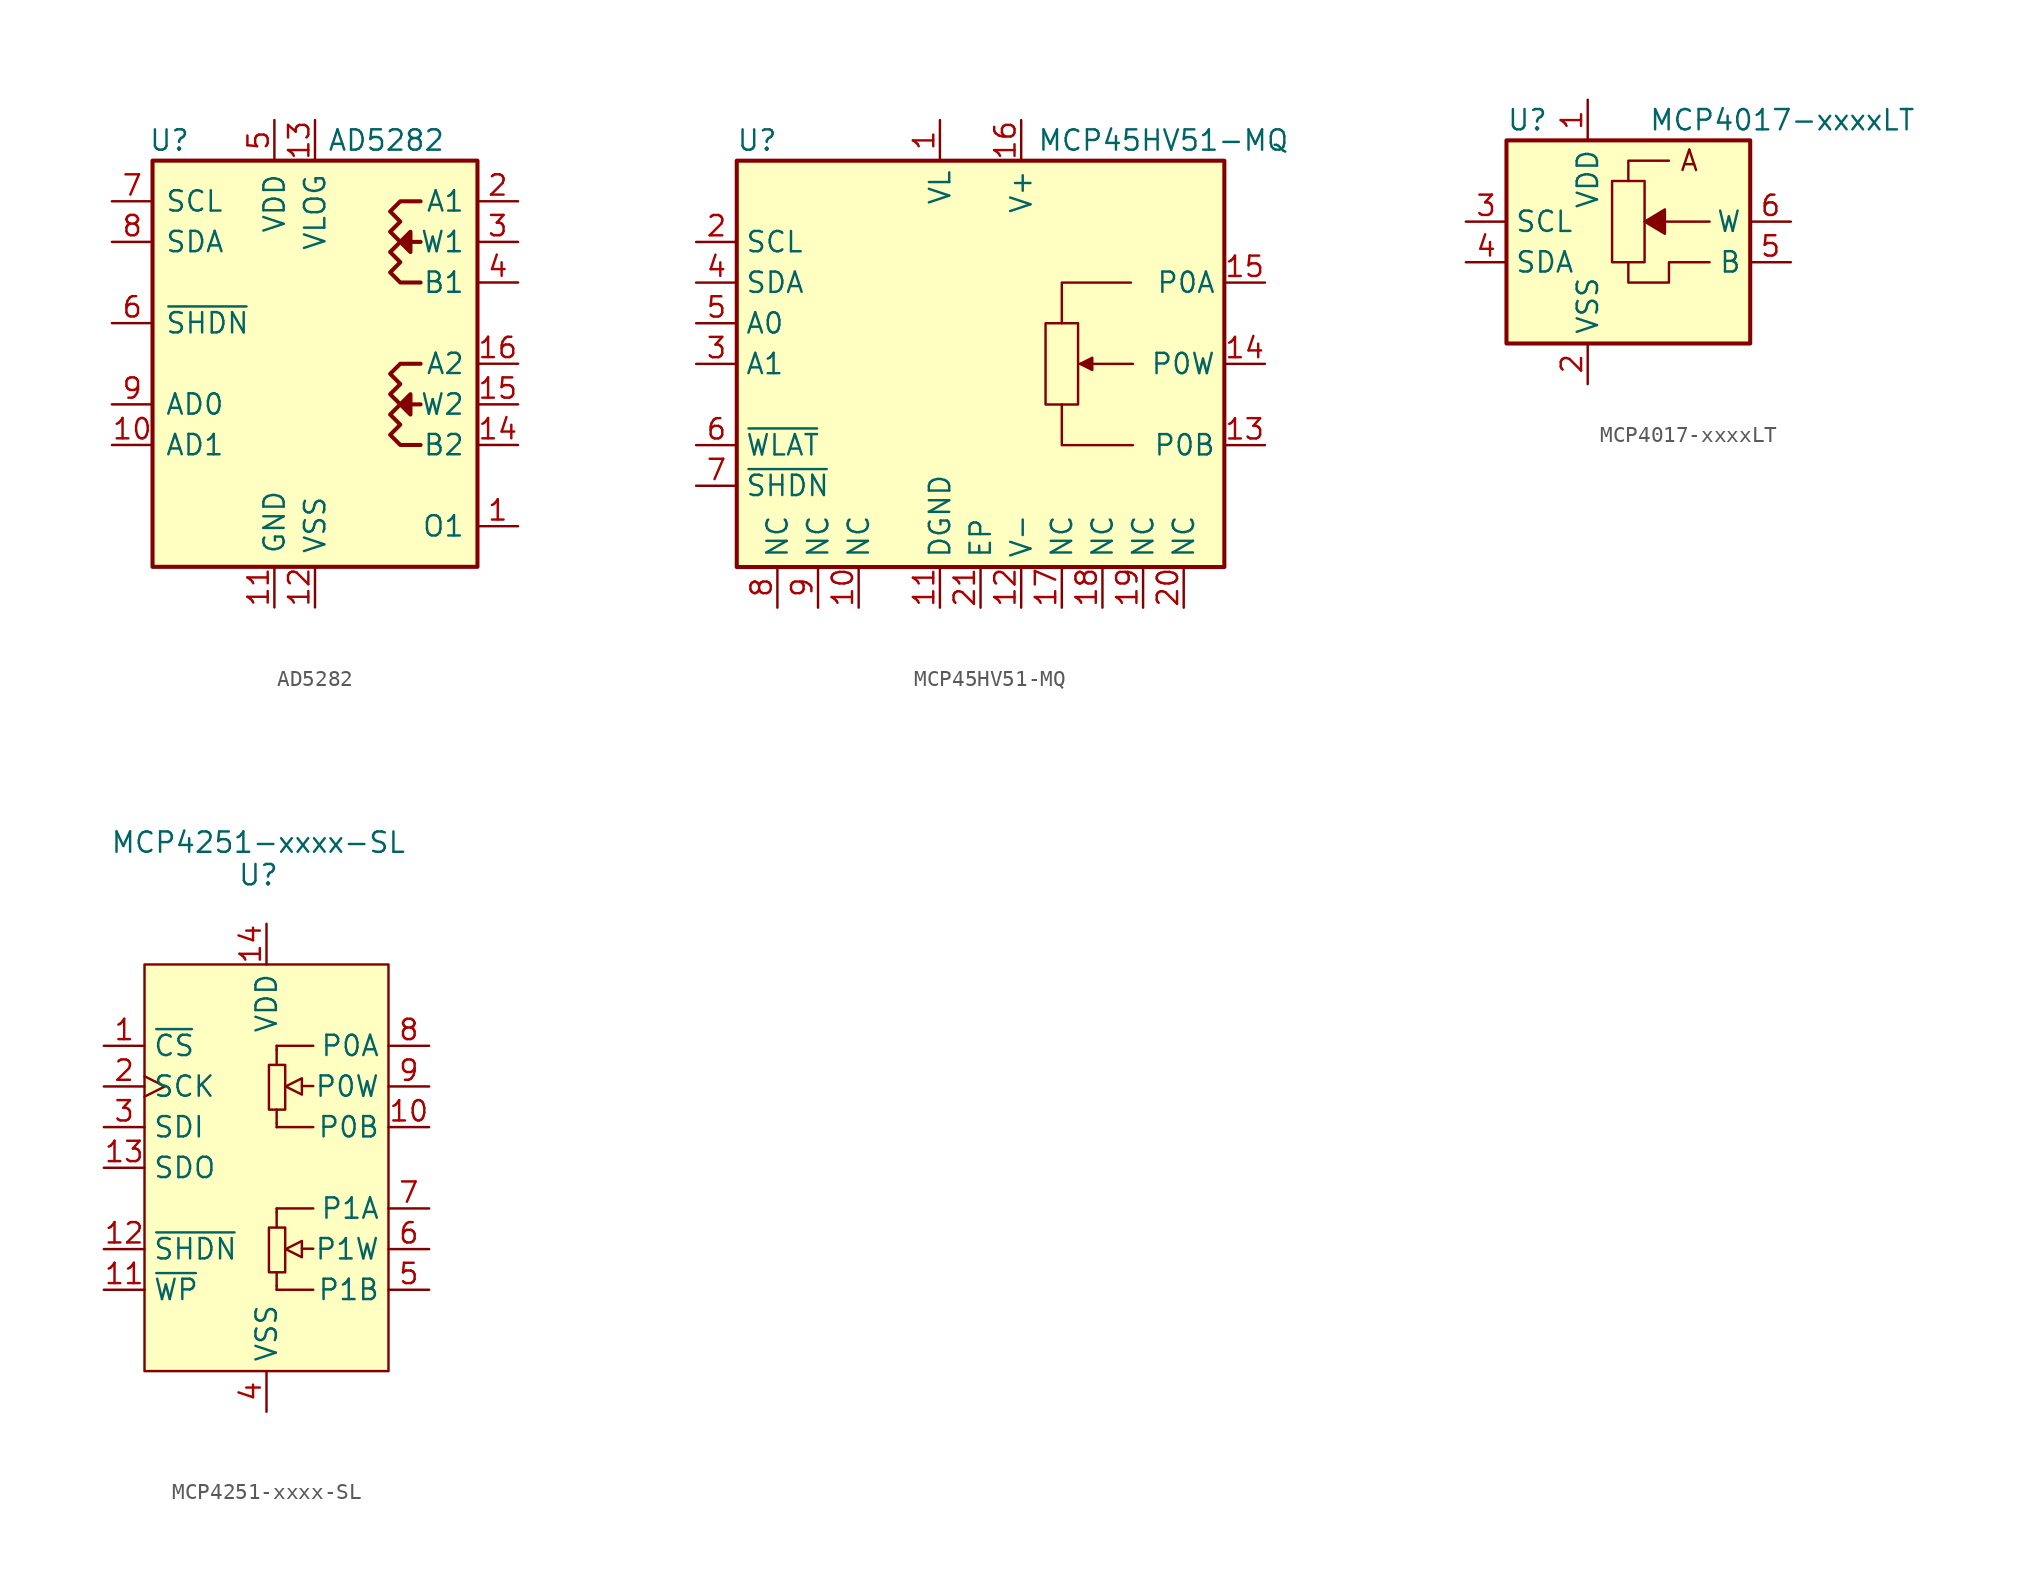
<source format=kicad_sym>
(kicad_symbol_lib
  (version 20241209)
  (generator "kicad_symbol_editor")
  (generator_version "9.0")
  (symbol "AD5282"
    (pin_names
      (offset 0.762))
    (property "Reference" "U"
      (at -10.414 13.97 0)
      (effects (font (size 1.27 1.27)) (justify left)))
    (property "Value" "AD5282"
      (at 0.762 13.97 0)
      (effects (font (size 1.27 1.27)) (justify left)))
    (symbol "AD5282_0_1"
      (rectangle (start -10.16 12.7) (end 10.16 -12.7) (stroke (width 0.254) (type default)) (fill (type background)))
      (polyline (pts (xy 6.604 10.16) (xy 5.334 10.16) (xy 4.699 9.525) (xy 5.334 8.89) (xy 4.699 8.255) (xy 5.334 7.62) (xy 4.699 6.985) (xy 5.334 6.35) (xy 4.699 5.715) (xy 5.334 5.08) (xy 6.604 5.08)) (stroke (width 0.254) (type default)) (fill (type none)))
      (polyline (pts (xy 6.604 7.62) (xy 5.334 7.62) (xy 5.969 8.255) (xy 5.969 7.62) (xy 5.969 6.985) (xy 5.334 7.62)) (stroke (width 0.254) (type default)) (fill (type outline)))
      (polyline (pts (xy 6.604 0) (xy 5.334 0) (xy 4.699 -0.635) (xy 5.334 -1.27) (xy 4.699 -1.905) (xy 5.334 -2.54) (xy 4.699 -3.175) (xy 5.334 -3.81) (xy 4.699 -4.445) (xy 5.334 -5.08) (xy 6.604 -5.08)) (stroke (width 0.254) (type default)) (fill (type none)))
      (polyline (pts (xy 6.604 -2.54) (xy 5.334 -2.54) (xy 5.969 -1.905) (xy 5.969 -3.175) (xy 5.334 -2.54)) (stroke (width 0.254) (type default)) (fill (type outline))))
    (symbol "AD5282_1_1"
      (pin input line (at -12.7 10.16 0) (length 2.54) (name "SCL" (effects (font (size 1.27 1.27)))) (number "7" (effects (font (size 1.27 1.27)))))
      (pin bidirectional line (at -12.7 7.62 0) (length 2.54) (name "SDA" (effects (font (size 1.27 1.27)))) (number "8" (effects (font (size 1.27 1.27)))))
      (pin input line (at -12.7 2.54 0) (length 2.54) (name "~{SHDN}" (effects (font (size 1.27 1.27)))) (number "6" (effects (font (size 1.27 1.27)))))
      (pin input line (at -12.7 -2.54 0) (length 2.54) (name "AD0" (effects (font (size 1.27 1.27)))) (number "9" (effects (font (size 1.27 1.27)))))
      (pin input line (at -12.7 -5.08 0) (length 2.54) (name "AD1" (effects (font (size 1.27 1.27)))) (number "10" (effects (font (size 1.27 1.27)))))
      (pin power_in line (at -2.54 15.24 270) (length 2.54) (name "VDD" (effects (font (size 1.27 1.27)))) (number "5" (effects (font (size 1.27 1.27)))))
      (pin power_in line (at -2.54 -15.24 90) (length 2.54) (name "GND" (effects (font (size 1.27 1.27)))) (number "11" (effects (font (size 1.27 1.27)))))
      (pin power_in line (at 0 15.24 270) (length 2.54) (name "VLOG" (effects (font (size 1.27 1.27)))) (number "13" (effects (font (size 1.27 1.27)))))
      (pin power_in line (at 0 -15.24 90) (length 2.54) (name "VSS" (effects (font (size 1.27 1.27)))) (number "12" (effects (font (size 1.27 1.27)))))
      (pin passive line (at 12.7 10.16 180) (length 2.54) (name "A1" (effects (font (size 1.27 1.27)))) (number "2" (effects (font (size 1.27 1.27)))))
      (pin passive line (at 12.7 7.62 180) (length 2.54) (name "W1" (effects (font (size 1.27 1.27)))) (number "3" (effects (font (size 1.27 1.27)))))
      (pin passive line (at 12.7 5.08 180) (length 2.54) (name "B1" (effects (font (size 1.27 1.27)))) (number "4" (effects (font (size 1.27 1.27)))))
      (pin passive line (at 12.7 0 180) (length 2.54) (name "A2" (effects (font (size 1.27 1.27)))) (number "16" (effects (font (size 1.27 1.27)))))
      (pin passive line (at 12.7 -2.54 180) (length 2.54) (name "W2" (effects (font (size 1.27 1.27)))) (number "15" (effects (font (size 1.27 1.27)))))
      (pin passive line (at 12.7 -5.08 180) (length 2.54) (name "B2" (effects (font (size 1.27 1.27)))) (number "14" (effects (font (size 1.27 1.27)))))
      (pin output line (at 12.7 -10.16 180) (length 2.54) (name "O1" (effects (font (size 1.27 1.27)))) (number "1" (effects (font (size 1.27 1.27)))))))
  (symbol "MCP45HV51-MQ"
    (property "Reference" "U"
      (at -13.97 13.97 0)
      (effects (font (size 1.27 1.27))))
    (property "Value" "MCP45HV51-MQ"
      (at 11.43 13.97 0)
      (effects (font (size 1.27 1.27))))
    (symbol "MCP45HV51-MQ_0_1"
      (polyline (pts (xy 5.08 2.54) (xy 5.08 5.08) (xy 9.398 5.08)) (stroke (width 0) (type default)) (fill (type none)))
      (polyline (pts (xy 5.08 -2.54) (xy 5.08 -5.08) (xy 9.525 -5.08)) (stroke (width 0) (type default)) (fill (type none)))
      (rectangle (start 6.096 2.54) (end 4.064 -2.54) (stroke (width 0) (type default)) (fill (type none)))
      (polyline (pts (xy 6.223 0) (xy 6.985 0.381) (xy 6.985 -0.381) (xy 6.223 0)) (stroke (width 0) (type default)) (fill (type outline)))
      (polyline (pts (xy 9.525 0) (xy 6.223 0)) (stroke (width 0) (type default)) (fill (type none))))
    (symbol "MCP45HV51-MQ_1_1"
      (rectangle (start -15.24 12.7) (end 15.24 -12.7) (stroke (width 0.254) (type default)) (fill (type background)))
      (pin input line (at -17.78 7.62 0) (length 2.54) (name "SCL" (effects (font (size 1.27 1.27)))) (number "2" (effects (font (size 1.27 1.27)))))
      (pin bidirectional line (at -17.78 5.08 0) (length 2.54) (name "SDA" (effects (font (size 1.27 1.27)))) (number "4" (effects (font (size 1.27 1.27)))))
      (pin input line (at -17.78 2.54 0) (length 2.54) (name "A0" (effects (font (size 1.27 1.27)))) (number "5" (effects (font (size 1.27 1.27)))))
      (pin input line (at -17.78 0 0) (length 2.54) (name "A1" (effects (font (size 1.27 1.27)))) (number "3" (effects (font (size 1.27 1.27)))))
      (pin input line (at -17.78 -5.08 0) (length 2.54) (name "~{WLAT}" (effects (font (size 1.27 1.27)))) (number "6" (effects (font (size 1.27 1.27)))))
      (pin input line (at -17.78 -7.62 0) (length 2.54) (name "~{SHDN}" (effects (font (size 1.27 1.27)))) (number "7" (effects (font (size 1.27 1.27)))))
      (pin passive line (at -12.7 -15.24 90) (length 2.54) (name "NC" (effects (font (size 1.27 1.27)))) (number "8" (effects (font (size 1.27 1.27)))))
      (pin passive line (at -10.16 -15.24 90) (length 2.54) (name "NC" (effects (font (size 1.27 1.27)))) (number "9" (effects (font (size 1.27 1.27)))))
      (pin passive line (at -7.62 -15.24 90) (length 2.54) (name "NC" (effects (font (size 1.27 1.27)))) (number "10" (effects (font (size 1.27 1.27)))))
      (pin power_in line (at -2.54 15.24 270) (length 2.54) (name "VL" (effects (font (size 1.27 1.27)))) (number "1" (effects (font (size 1.27 1.27)))))
      (pin power_in line (at -2.54 -15.24 90) (length 2.54) (name "DGND" (effects (font (size 1.27 1.27)))) (number "11" (effects (font (size 1.27 1.27)))))
      (pin power_in line (at 0 -15.24 90) (length 2.54) (name "EP" (effects (font (size 1.27 1.27)))) (number "21" (effects (font (size 1.27 1.27)))))
      (pin power_in line (at 2.54 15.24 270) (length 2.54) (name "V+" (effects (font (size 1.27 1.27)))) (number "16" (effects (font (size 1.27 1.27)))))
      (pin power_in line (at 2.54 -15.24 90) (length 2.54) (name "V-" (effects (font (size 1.27 1.27)))) (number "12" (effects (font (size 1.27 1.27)))))
      (pin passive line (at 5.08 -15.24 90) (length 2.54) (name "NC" (effects (font (size 1.27 1.27)))) (number "17" (effects (font (size 1.27 1.27)))))
      (pin passive line (at 7.62 -15.24 90) (length 2.54) (name "NC" (effects (font (size 1.27 1.27)))) (number "18" (effects (font (size 1.27 1.27)))))
      (pin passive line (at 10.16 -15.24 90) (length 2.54) (name "NC" (effects (font (size 1.27 1.27)))) (number "19" (effects (font (size 1.27 1.27)))))
      (pin passive line (at 12.7 -15.24 90) (length 2.54) (name "NC" (effects (font (size 1.27 1.27)))) (number "20" (effects (font (size 1.27 1.27)))))
      (pin passive line (at 17.78 5.08 180) (length 2.54) (name "P0A" (effects (font (size 1.27 1.27)))) (number "15" (effects (font (size 1.27 1.27)))))
      (pin passive line (at 17.78 0 180) (length 2.54) (name "P0W" (effects (font (size 1.27 1.27)))) (number "14" (effects (font (size 1.27 1.27)))))
      (pin passive line (at 17.78 -5.08 180) (length 2.54) (name "P0B" (effects (font (size 1.27 1.27)))) (number "13" (effects (font (size 1.27 1.27)))))))
  (symbol "MCP4017-xxxxLT"
    (property "Reference" "U"
      (at -7.62 8.89 0)
      (effects (font (size 1.27 1.27)) (justify left)))
    (property "Value" "MCP4017-xxxxLT"
      (at 1.27 8.89 0)
      (effects (font (size 1.27 1.27)) (justify left)))
    (symbol "MCP4017-xxxxLT_0_0"
      (polyline (pts (xy 0 5.08) (xy 0 6.35) (xy 2.54 6.35)) (stroke (width 0) (type default)) (fill (type none)))
      (polyline (pts (xy 5.08 0) (xy 2.54 0) (xy 2.54 -1.27) (xy 0 -1.27) (xy 0 0)) (stroke (width 0) (type default)) (fill (type none)))
      (text "A" (at 3.81 6.35 0) (effects (font (size 1.27 1.27)))))
    (symbol "MCP4017-xxxxLT_1_1"
      (rectangle (start -7.62 7.62) (end 7.62 -5.08) (stroke (width 0.254) (type default)) (fill (type background)))
      (rectangle (start 1.016 0) (end -1.016 5.08) (stroke (width 0) (type default)) (fill (type none)))
      (polyline (pts (xy 2.286 1.778) (xy 2.286 3.302) (xy 1.016 2.54) (xy 2.286 1.778)) (stroke (width 0) (type default)) (fill (type outline)))
      (polyline (pts (xy 5.08 2.54) (xy 2.286 2.54)) (stroke (width 0) (type default)) (fill (type none)))
      (pin input line (at -10.16 2.54 0) (length 2.54) (name "SCL" (effects (font (size 1.27 1.27)))) (number "3" (effects (font (size 1.27 1.27)))))
      (pin bidirectional line (at -10.16 0 0) (length 2.54) (name "SDA" (effects (font (size 1.27 1.27)))) (number "4" (effects (font (size 1.27 1.27)))))
      (pin power_in line (at -2.54 10.16 270) (length 2.54) (name "VDD" (effects (font (size 1.27 1.27)))) (number "1" (effects (font (size 1.27 1.27)))))
      (pin power_in line (at -2.54 -7.62 90) (length 2.54) (name "VSS" (effects (font (size 1.27 1.27)))) (number "2" (effects (font (size 1.27 1.27)))))
      (pin passive line (at 10.16 2.54 180) (length 2.54) (name "W" (effects (font (size 1.27 1.27)))) (number "6" (effects (font (size 1.27 1.27)))))
      (pin passive line (at 10.16 0 180) (length 2.54) (name "B" (effects (font (size 1.27 1.27)))) (number "5" (effects (font (size 1.27 1.27)))))))
  (symbol "MCP4251-xxxx-SL"
    (property "Reference" "U"
      (at -0.508 18.288 0)
      (effects (font (size 1.27 1.27))))
    (property "Value" "MCP4251-xxxx-SL"
      (at -0.508 20.32 0)
      (effects (font (size 1.27 1.27))))
    (symbol "MCP4251-xxxx-SL_1_1"
      (polyline (pts (xy 0 12.7) (xy 7.62 12.7) (xy 7.62 0) (xy 7.62 -12.7) (xy -7.62 -12.7) (xy -7.62 12.7) (xy 0 12.7)) (stroke (width 0) (type default)) (fill (type background)))
      (rectangle (start 0.152 6.426) (end 1.168 3.632) (stroke (width 0) (type default)) (fill (type none)))
      (rectangle (start 0.152 -3.734) (end 1.168 -6.528) (stroke (width 0) (type default)) (fill (type none)))
      (polyline (pts (xy 0.635 7.62) (xy 0.635 7.366) (xy 0.635 7.366)) (stroke (width 0) (type default)) (fill (type none)))
      (polyline (pts (xy 0.635 7.62) (xy 2.921 7.62) (xy 2.921 7.62)) (stroke (width 0) (type default)) (fill (type background)))
      (polyline (pts (xy 0.635 7.391) (xy 0.635 6.452)) (stroke (width 0) (type default)) (fill (type none)))
      (polyline (pts (xy 0.635 2.794) (xy 0.635 3.632)) (stroke (width 0) (type default)) (fill (type none)))
      (polyline (pts (xy 0.635 2.54) (xy 0.635 2.794) (xy 0.635 2.794)) (stroke (width 0) (type default)) (fill (type background)))
      (polyline (pts (xy 0.635 2.54) (xy 2.921 2.54) (xy 2.921 2.54)) (stroke (width 0) (type default)) (fill (type background)))
      (polyline (pts (xy 0.635 -2.54) (xy 0.635 -2.794) (xy 0.635 -2.794)) (stroke (width 0) (type default)) (fill (type none)))
      (polyline (pts (xy 0.635 -2.54) (xy 2.921 -2.54) (xy 2.921 -2.54)) (stroke (width 0) (type default)) (fill (type background)))
      (polyline (pts (xy 0.635 -2.769) (xy 0.635 -3.708)) (stroke (width 0) (type default)) (fill (type none)))
      (polyline (pts (xy 0.635 -7.366) (xy 0.635 -6.528)) (stroke (width 0) (type default)) (fill (type none)))
      (polyline (pts (xy 0.635 -7.62) (xy 0.635 -7.366) (xy 0.635 -7.366)) (stroke (width 0) (type default)) (fill (type background)))
      (polyline (pts (xy 0.635 -7.62) (xy 2.921 -7.62) (xy 2.921 -7.62)) (stroke (width 0) (type default)) (fill (type background)))
      (polyline (pts (xy 2.21 5.588) (xy 2.21 4.572) (xy 1.194 5.08) (xy 2.21 5.588) (xy 2.21 5.588)) (stroke (width 0) (type default)) (fill (type background)))
      (polyline (pts (xy 2.21 5.105) (xy 2.921 5.105)) (stroke (width 0) (type default)) (fill (type none)))
      (polyline (pts (xy 2.21 -4.572) (xy 2.21 -5.588) (xy 1.194 -5.08) (xy 2.21 -4.572) (xy 2.21 -4.572)) (stroke (width 0) (type default)) (fill (type background)))
      (polyline (pts (xy 2.21 -5.055) (xy 2.921 -5.055)) (stroke (width 0) (type default)) (fill (type none)))
      (pin input line (at -10.16 7.62 0) (length 2.54) (name "~{CS}" (effects (font (size 1.27 1.27)))) (number "1" (effects (font (size 1.27 1.27)))))
      (pin input clock (at -10.16 5.08 0) (length 2.54) (name "SCK" (effects (font (size 1.27 1.27)))) (number "2" (effects (font (size 1.27 1.27)))))
      (pin input line (at -10.16 2.54 0) (length 2.54) (name "SDI" (effects (font (size 1.27 1.27)))) (number "3" (effects (font (size 1.27 1.27)))))
      (pin output line (at -10.16 0 0) (length 2.54) (name "SDO" (effects (font (size 1.27 1.27)))) (number "13" (effects (font (size 1.27 1.27)))))
      (pin input line (at -10.16 -5.08 0) (length 2.54) (name "~{SHDN}" (effects (font (size 1.27 1.27)))) (number "12" (effects (font (size 1.27 1.27)))))
      (pin input line (at -10.16 -7.62 0) (length 2.54) (name "~{WP}" (effects (font (size 1.27 1.27)))) (number "11" (effects (font (size 1.27 1.27)))))
      (pin power_in line (at 0 15.24 270) (length 2.54) (name "VDD" (effects (font (size 1.27 1.27)))) (number "14" (effects (font (size 1.27 1.27)))))
      (pin power_in line (at 0 -15.24 90) (length 2.54) (name "VSS" (effects (font (size 1.27 1.27)))) (number "4" (effects (font (size 1.27 1.27)))))
      (pin passive line (at 10.16 7.62 180) (length 2.54) (name "P0A" (effects (font (size 1.27 1.27)))) (number "8" (effects (font (size 1.27 1.27)))))
      (pin passive line (at 10.16 5.08 180) (length 2.54) (name "P0W" (effects (font (size 1.27 1.27)))) (number "9" (effects (font (size 1.27 1.27)))))
      (pin passive line (at 10.16 2.54 180) (length 2.54) (name "P0B" (effects (font (size 1.27 1.27)))) (number "10" (effects (font (size 1.27 1.27)))))
      (pin passive line (at 10.16 -2.54 180) (length 2.54) (name "P1A" (effects (font (size 1.27 1.27)))) (number "7" (effects (font (size 1.27 1.27)))))
      (pin passive line (at 10.16 -5.08 180) (length 2.54) (name "P1W" (effects (font (size 1.27 1.27)))) (number "6" (effects (font (size 1.27 1.27)))))
      (pin passive line (at 10.16 -7.62 180) (length 2.54) (name "P1B" (effects (font (size 1.27 1.27)))) (number "5" (effects (font (size 1.27 1.27))))))))
</source>
